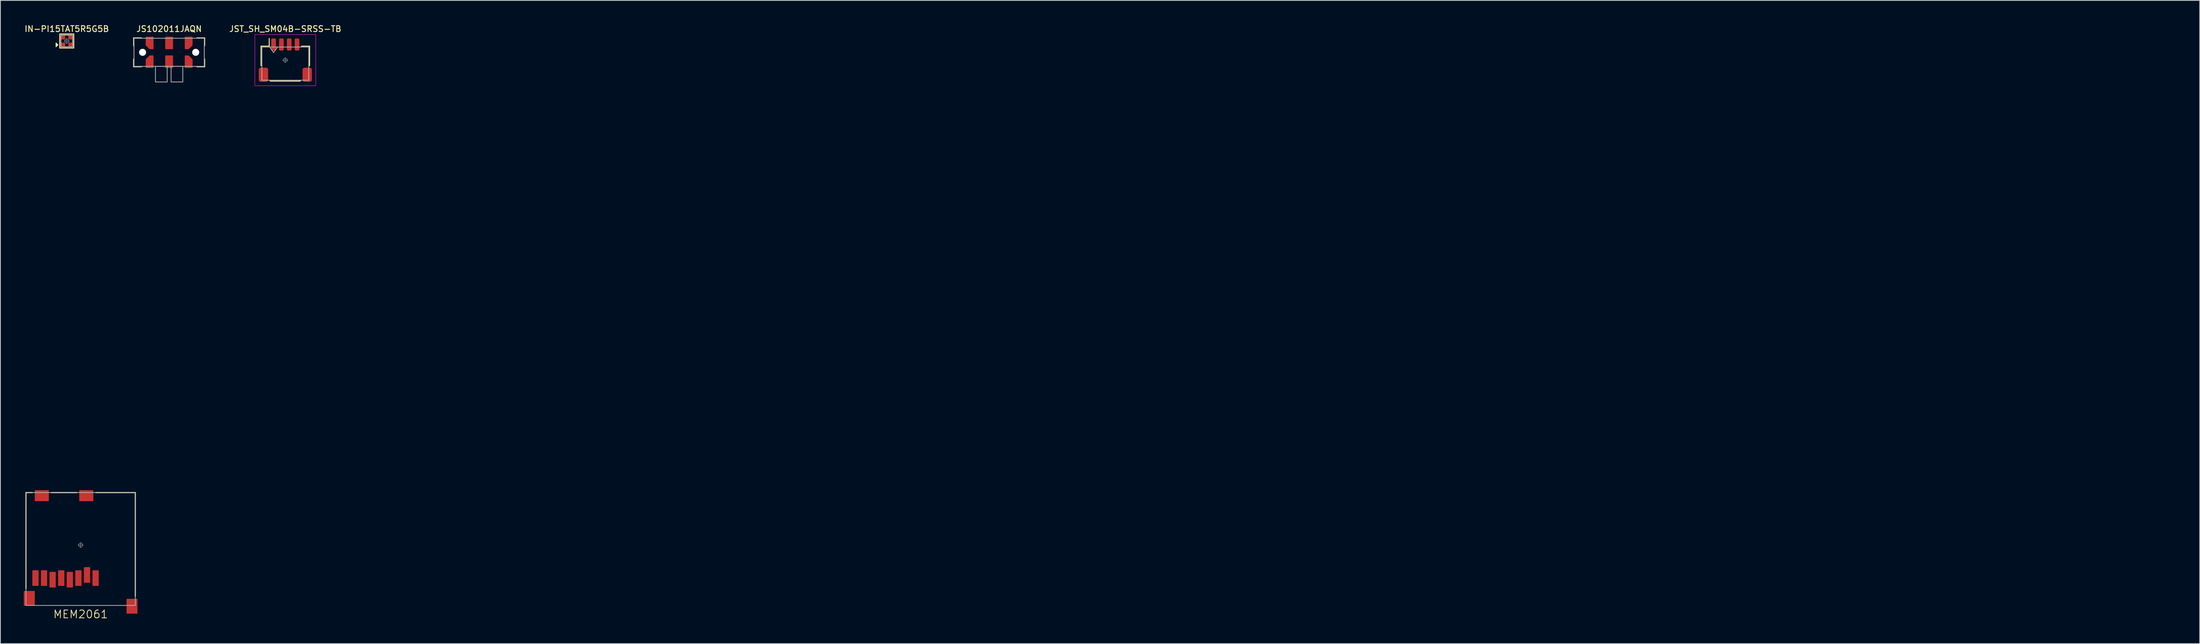
<source format=kicad_pcb>
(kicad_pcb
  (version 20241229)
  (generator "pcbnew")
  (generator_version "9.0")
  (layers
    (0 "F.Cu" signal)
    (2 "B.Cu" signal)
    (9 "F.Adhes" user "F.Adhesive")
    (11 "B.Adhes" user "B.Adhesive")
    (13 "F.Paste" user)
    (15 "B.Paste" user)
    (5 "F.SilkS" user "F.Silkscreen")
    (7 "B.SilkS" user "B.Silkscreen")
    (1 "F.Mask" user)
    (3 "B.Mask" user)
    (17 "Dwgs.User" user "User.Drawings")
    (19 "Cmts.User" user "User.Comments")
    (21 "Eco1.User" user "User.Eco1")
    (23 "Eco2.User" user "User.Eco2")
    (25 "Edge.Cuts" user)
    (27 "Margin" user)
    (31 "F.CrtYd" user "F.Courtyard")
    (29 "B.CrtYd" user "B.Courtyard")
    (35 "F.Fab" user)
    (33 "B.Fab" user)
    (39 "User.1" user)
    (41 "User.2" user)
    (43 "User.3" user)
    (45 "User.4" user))
  (footprint "JS102011JAQN"
    (layer "F.Cu")
    (at 18.606 3.649)
    (property "Reference" "JS102011JAQN" (at 0 -3 0) (unlocked yes) (layer "F.SilkS") (effects (font (size 0.75 0.75) (thickness 0.12))))
    (attr smd)
    (fp_line (start -4.55 -0.85) (end -4.55 -1.85) (stroke (width 0.12) (type solid)) (layer "F.SilkS"))
    (fp_line (start -4.55 1.85) (end -4.55 0.85) (stroke (width 0.12) (type solid)) (layer "F.SilkS"))
    (fp_line (start -3.55 -1.85) (end -4.55 -1.85) (stroke (width 0.12) (type solid)) (layer "F.SilkS"))
    (fp_line (start -3.55 1.85) (end -4.55 1.85) (stroke (width 0.12) (type solid)) (layer "F.SilkS"))
    (fp_line (start 3.55 -1.85) (end 4.55 -1.85) (stroke (width 0.12) (type solid)) (layer "F.SilkS"))
    (fp_line (start 3.55 1.85) (end 4.55 1.85) (stroke (width 0.12) (type solid)) (layer "F.SilkS"))
    (fp_line (start 4.55 -0.85) (end 4.55 -1.85) (stroke (width 0.12) (type solid)) (layer "F.SilkS"))
    (fp_line (start 4.55 0.85) (end 4.55 1.85) (stroke (width 0.12) (type solid)) (layer "F.SilkS"))
    (fp_rect (start -4.5 -1.8) (end 4.5 1.8) (stroke (width 0.1) (type solid)) (fill no) (layer "F.Fab"))
    (fp_rect (start -1.75 1.8) (end -0.25 3.8) (stroke (width 0.1) (type default)) (fill no) (layer "F.Fab"))
    (fp_rect (start 0.25 1.8) (end 1.75 3.8) (stroke (width 0.1) (type default)) (fill no) (layer "F.Fab"))
    (pad "" np_thru_hole circle (at -3.4 0) (size 0.9 0.9) (drill 0.9) (layers "*.Cu" "*.Mask"))
    (pad "" np_thru_hole circle (at 3.4 0) (size 0.9 0.9) (drill 0.9) (layers "*.Cu" "*.Mask"))
    (pad "1" smd roundrect (at -2.5 -1.2) (size 1 1.6) (layers "F.Cu" "F.Mask" "F.Paste") (roundrect_rratio 0.05) (chamfer_ratio 0.5) (chamfer bottom_left))
    (pad "1" smd roundrect (at -2.5 1.2) (size 1 1.6) (layers "F.Cu" "F.Mask" "F.Paste") (roundrect_rratio 0.05) (chamfer_ratio 0.5) (chamfer top_left))
    (pad "2" smd roundrect (at 0 -1.2) (size 1 1.6) (layers "F.Cu" "F.Mask" "F.Paste") (roundrect_rratio 0.05))
    (pad "2" smd roundrect (at 0 1.2) (size 1 1.6) (layers "F.Cu" "F.Mask" "F.Paste") (roundrect_rratio 0.05))
    (pad "3" smd roundrect (at 2.5 -1.2) (size 1 1.6) (layers "F.Cu" "F.Mask" "F.Paste") (roundrect_rratio 0.05) (chamfer_ratio 0.5) (chamfer bottom_right))
    (pad "3" smd roundrect (at 2.5 1.2) (size 1 1.6) (layers "F.Cu" "F.Mask" "F.Paste") (roundrect_rratio 0.05) (chamfer_ratio 0.5) (chamfer top_right)))
  (footprint "MEM2061"
    (layer "F.Cu")
    (at 7.275 73.574)
    (property "Reference" "MEM2061" (at 0 2.032 0) (unlocked yes) (layer "F.SilkS") (effects (font (size 1 1) (thickness 0.1))))
    (attr smd)
    (fp_line (start -7 -13.55) (end -7 -1.275) (stroke (width 0.15) (type default)) (layer "F.SilkS"))
    (fp_line (start -7 -13.55) (end -6.2 -13.55) (stroke (width 0.15) (type default)) (layer "F.SilkS"))
    (fp_line (start -0.5 -13.55) (end -3.75 -13.55) (stroke (width 0.15) (type default)) (layer "F.SilkS"))
    (fp_line (start 7 -13.55) (end 1.95 -13.55) (stroke (width 0.15) (type default)) (layer "F.SilkS"))
    (fp_line (start 7 -0.275) (end 7 -13.55) (stroke (width 0.15) (type default)) (layer "F.SilkS"))
    (fp_line (start 0 -7.175) (end 0 -6.475) (stroke (width 0.05) (type solid)) (layer "F.Fab"))
    (fp_line (start 0.35 -6.825) (end -0.35 -6.825) (stroke (width 0.05) (type solid)) (layer "F.Fab"))
    (fp_rect (start -7 -13.55) (end 7 0.9) (stroke (width 0.1) (type solid)) (fill no) (layer "F.Fab"))
    (fp_circle (center 0 -6.825) (end 0.25 -6.75) (stroke (width 0.05) (type solid)) (fill no) (layer "F.Fab"))
    (pad "1" smd roundrect (at 1.915 -2.6) (size 0.8 2) (layers "F.Cu" "F.Mask" "F.Paste") (roundrect_rratio 0.062))
    (pad "2" smd roundrect (at 0.815 -3) (size 0.8 2) (layers "F.Cu" "F.Mask" "F.Paste") (roundrect_rratio 0.062))
    (pad "3" smd roundrect (at -0.285 -2.6) (size 0.8 2) (layers "F.Cu" "F.Mask" "F.Paste") (roundrect_rratio 0.062))
    (pad "4" smd roundrect (at -1.385 -2.4) (size 0.8 2) (layers "F.Cu" "F.Mask" "F.Paste") (roundrect_rratio 0.062))
    (pad "5" smd roundrect (at -2.485 -2.6) (size 0.8 2) (layers "F.Cu" "F.Mask" "F.Paste") (roundrect_rratio 0.062))
    (pad "6" smd roundrect (at -3.585 -2.4) (size 0.8 2) (layers "F.Cu" "F.Mask" "F.Paste") (roundrect_rratio 0.062))
    (pad "7" smd roundrect (at -4.685 -2.6) (size 0.8 2) (layers "F.Cu" "F.Mask" "F.Paste") (roundrect_rratio 0.062))
    (pad "8" smd roundrect (at -5.785 -2.6) (size 0.8 2) (layers "F.Cu" "F.Mask" "F.Paste") (roundrect_rratio 0.062))
    (pad "9" smd roundrect (at -4.975 -13.15) (size 1.8 1.4) (layers "F.Cu" "F.Mask" "F.Paste") (roundrect_rratio 0.036))
    (pad "9" smd roundrect (at 0.725 -13.15) (size 1.8 1.4) (layers "F.Cu" "F.Mask" "F.Paste") (roundrect_rratio 0.036))
    (pad "10" smd roundrect (at -6.575 0) (size 1.4 1.9) (layers "F.Cu" "F.Mask" "F.Paste") (roundrect_rratio 0.036))
    (pad "10" smd roundrect (at 6.575 1) (size 1.4 1.9) (layers "F.Cu" "F.Mask" "F.Paste") (roundrect_rratio 0.036))
    (zone (net_name "") (layers "F.Cu" "F.CrtYd") (hatch edge 0.5) (connect_pads) (min_thickness 0.25) (filled_areas_thickness no) (keepout (tracks not_allowed) (vias not_allowed) (pads not_allowed) (copperpour allowed) (footprints allowed)) (placement (enabled no)) (fill) (polygon (pts (xy 275.6 10.954) (xy 275.6 13.034) (xy 265.23 13.034) (xy 265.23 10.954)))))
  (footprint "IN-PI15TAT5R5G5B"
    (layer "F.Cu")
    (at 5.498 2.199)
    (property "Reference" "IN-PI15TAT5R5G5B" (at 0 -1.55 0) (unlocked yes) (layer "F.SilkS") (effects (font (size 0.75 0.75) (thickness 0.12))))
    (attr smd)
    (fp_rect (start -0.9 -0.9) (end 0.9 0.9) (stroke (width 0.12) (type default)) (fill no) (layer "F.SilkS"))
    (fp_poly (pts (xy -1.125 0.5) (xy -1.375 0.75) (xy -1.375 0.25)) (stroke (width 0.1) (type solid)) (fill yes) (layer "F.SilkS"))
    (fp_line (start 0 -0.35) (end 0 0.35) (stroke (width 0.05) (type solid)) (layer "F.Fab"))
    (fp_line (start 0.35 0) (end -0.35 0) (stroke (width 0.05) (type solid)) (layer "F.Fab"))
    (fp_rect (start -0.75 -0.75) (end 0.75 0.75) (stroke (width 0.12) (type default)) (fill no) (layer "F.Fab"))
    (fp_circle (center 0 0) (end 0.25 0) (stroke (width 0.05) (type solid)) (fill no) (layer "F.Fab"))
    (pad "1" smd roundrect (at -0.475 0.475) (size 0.55 0.55) (layers "F.Cu" "F.Mask" "F.Paste") (roundrect_rratio 0.091))
    (pad "2" smd roundrect (at 0.475 0.475) (size 0.55 0.55) (layers "F.Cu" "F.Mask" "F.Paste") (roundrect_rratio 0.091))
    (pad "3" smd roundrect (at 0.475 -0.475) (size 0.55 0.55) (layers "F.Cu" "F.Mask" "F.Paste") (roundrect_rratio 0.091))
    (pad "4" smd roundrect (at -0.475 -0.475) (size 0.55 0.55) (layers "F.Cu" "F.Mask" "F.Paste") (roundrect_rratio 0.091)))
  (footprint "JST_SH_SM04B-SRSS-TB"
    (layer "F.Cu")
    (at 33.481 4.649)
    (property "Reference" "JST_SH_SM04B-SRSS-TB" (at 0 -4 0) (unlocked yes) (layer "F.SilkS") (effects (font (size 0.75 0.75) (thickness 0.12))))
    (attr smd)
    (fp_line (start -3.11 -1.785) (end -2.06 -1.785) (stroke (width 0.12) (type solid)) (layer "F.SilkS"))
    (fp_line (start -3.11 0.715) (end -3.11 -1.785) (stroke (width 0.12) (type solid)) (layer "F.SilkS"))
    (fp_line (start -2.06 -1.785) (end -2.06 -2.775) (stroke (width 0.12) (type solid)) (layer "F.SilkS"))
    (fp_line (start -1.94 2.685) (end 1.94 2.685) (stroke (width 0.12) (type solid)) (layer "F.SilkS"))
    (fp_line (start 3.11 -1.785) (end 2.06 -1.785) (stroke (width 0.12) (type solid)) (layer "F.SilkS"))
    (fp_line (start 3.11 0.715) (end 3.11 -1.785) (stroke (width 0.12) (type solid)) (layer "F.SilkS"))
    (fp_line (start -3.9 -3.28) (end -3.9 3.28) (stroke (width 0.05) (type solid)) (layer "F.CrtYd"))
    (fp_line (start -3.9 3.28) (end 3.9 3.28) (stroke (width 0.05) (type solid)) (layer "F.CrtYd"))
    (fp_line (start 3.9 -3.28) (end -3.9 -3.28) (stroke (width 0.05) (type solid)) (layer "F.CrtYd"))
    (fp_line (start 3.9 3.28) (end 3.9 -3.28) (stroke (width 0.05) (type solid)) (layer "F.CrtYd"))
    (fp_line (start -3 -1.675) (end -3 2.575) (stroke (width 0.1) (type solid)) (layer "F.Fab"))
    (fp_line (start -3 -1.675) (end 3 -1.675) (stroke (width 0.1) (type solid)) (layer "F.Fab"))
    (fp_line (start -3 2.575) (end 3 2.575) (stroke (width 0.1) (type solid)) (layer "F.Fab"))
    (fp_line (start -2 -1.675) (end -1.5 -0.968) (stroke (width 0.1) (type solid)) (layer "F.Fab"))
    (fp_line (start -1.5 -0.968) (end -1 -1.675) (stroke (width 0.1) (type solid)) (layer "F.Fab"))
    (fp_line (start -0.35 0) (end 0.35 0) (stroke (width 0.05) (type solid)) (layer "F.Fab"))
    (fp_line (start 0 -0.35) (end 0 0.35) (stroke (width 0.05) (type solid)) (layer "F.Fab"))
    (fp_line (start 3 -1.675) (end 3 2.575) (stroke (width 0.1) (type solid)) (layer "F.Fab"))
    (fp_circle (center 0 0) (end 0.25 0) (stroke (width 0.05) (type solid)) (fill no) (layer "F.Fab"))
    (pad "1" smd roundrect (at -1.5 -2) (size 0.6 1.55) (layers "F.Cu" "F.Mask" "F.Paste") (roundrect_rratio 0.25))
    (pad "2" smd roundrect (at -0.5 -2) (size 0.6 1.55) (layers "F.Cu" "F.Mask" "F.Paste") (roundrect_rratio 0.25))
    (pad "3" smd roundrect (at 0.5 -2) (size 0.6 1.55) (layers "F.Cu" "F.Mask" "F.Paste") (roundrect_rratio 0.25))
    (pad "4" smd roundrect (at 1.5 -2) (size 0.6 1.55) (layers "F.Cu" "F.Mask" "F.Paste") (roundrect_rratio 0.25))
    (pad "MP" smd roundrect (at -2.8 1.875) (size 1.2 1.8) (layers "F.Cu" "F.Mask" "F.Paste") (roundrect_rratio 0.208))
    (pad "MP" smd roundrect (at 2.8 1.875) (size 1.2 1.8) (layers "F.Cu" "F.Mask" "F.Paste") (roundrect_rratio 0.208)))
  (gr_rect
    (start -3 -3)
    (end 278.6 79.367)
    (stroke (width 0.1) (type default))
    (fill no)
    (layer "Edge.Cuts")))
</source>
